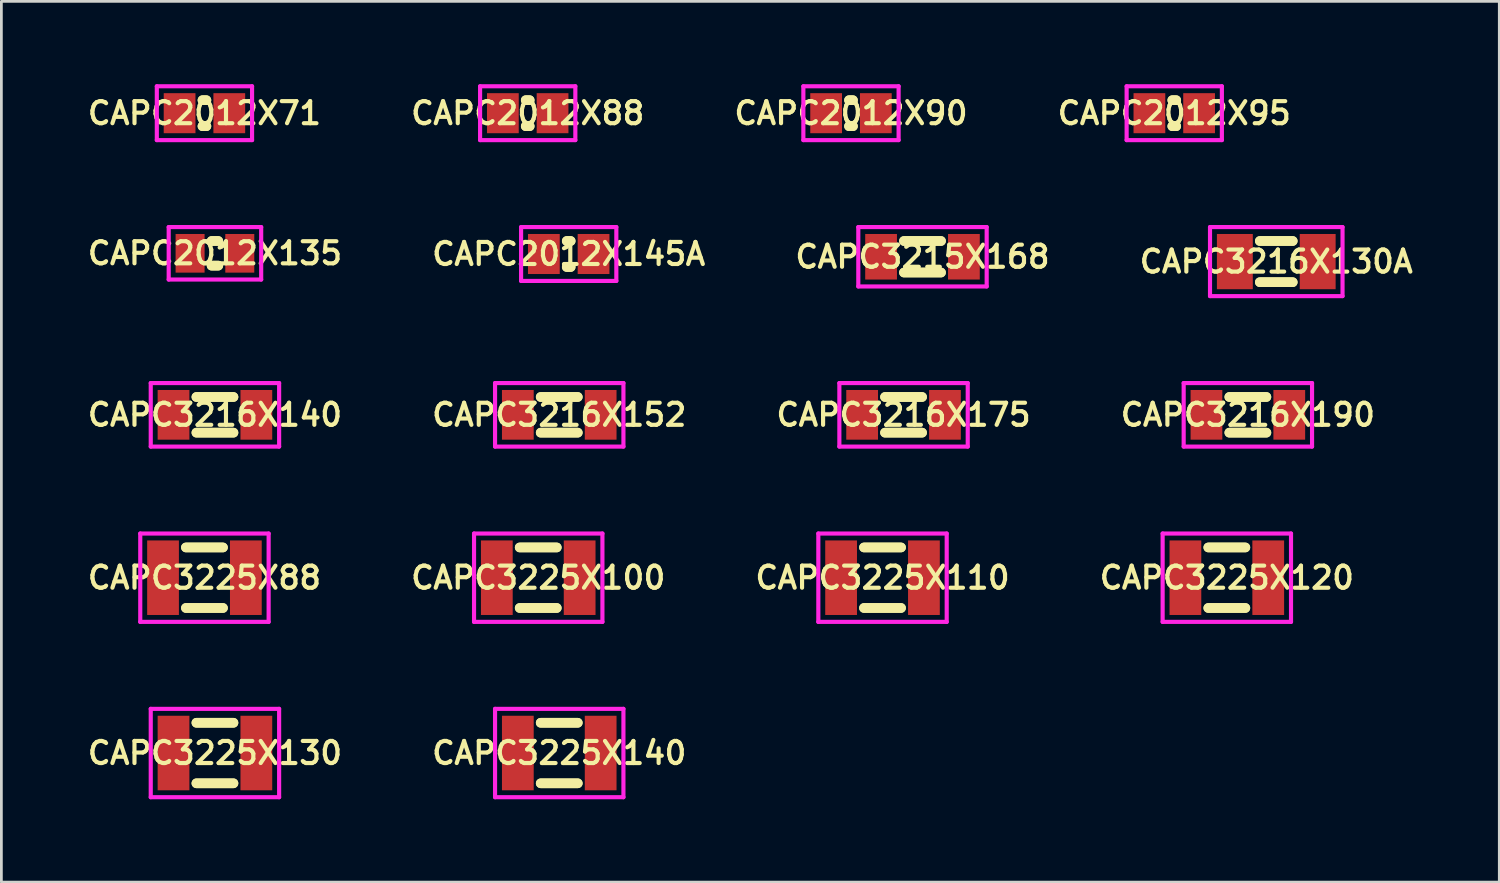
<source format=kicad_pcb>
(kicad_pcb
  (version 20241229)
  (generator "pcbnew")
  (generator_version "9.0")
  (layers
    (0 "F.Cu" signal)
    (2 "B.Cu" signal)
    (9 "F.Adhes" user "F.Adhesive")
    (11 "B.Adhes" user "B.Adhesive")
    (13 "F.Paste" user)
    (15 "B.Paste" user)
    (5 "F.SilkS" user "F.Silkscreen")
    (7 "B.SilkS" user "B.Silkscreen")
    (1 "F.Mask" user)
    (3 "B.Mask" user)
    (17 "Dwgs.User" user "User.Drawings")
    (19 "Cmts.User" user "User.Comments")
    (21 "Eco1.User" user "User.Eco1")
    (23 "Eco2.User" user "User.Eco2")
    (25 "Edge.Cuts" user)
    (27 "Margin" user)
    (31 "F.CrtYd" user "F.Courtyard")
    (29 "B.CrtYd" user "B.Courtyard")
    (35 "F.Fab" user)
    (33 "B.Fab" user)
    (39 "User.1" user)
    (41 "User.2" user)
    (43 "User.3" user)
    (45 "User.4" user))
  (footprint "CAPC3225X100"
    (layer "F.Cu")
    (at 16.445 17.875)
    (property "Reference" "CAPC3225X100" (at 0 0 0) (layer "F.SilkS") (effects (font (size 0.8 0.8) (thickness 0.15))))
    (attr smd)
    (fp_line (start -0.671 -1.096) (end 0.671 -1.096) (stroke (width 0.35) (type solid)) (layer "F.SilkS"))
    (fp_line (start -0.671 1.096) (end 0.671 1.096) (stroke (width 0.35) (type solid)) (layer "F.SilkS"))
    (fp_line (start 0.671 -1.096) (end -0.671 -1.096) (stroke (width 0.35) (type solid)) (layer "F.SilkS"))
    (fp_line (start 0.671 1.096) (end -0.671 1.096) (stroke (width 0.35) (type solid)) (layer "F.SilkS"))
    (fp_line (start -2.325 -1.6) (end 2.325 -1.6) (stroke (width 0.15) (type solid)) (layer "F.CrtYd"))
    (fp_line (start -2.325 1.6) (end -2.325 -1.6) (stroke (width 0.15) (type solid)) (layer "F.CrtYd"))
    (fp_line (start 2.325 -1.6) (end 2.325 1.6) (stroke (width 0.15) (type solid)) (layer "F.CrtYd"))
    (fp_line (start 2.325 1.6) (end -2.325 1.6) (stroke (width 0.15) (type solid)) (layer "F.CrtYd"))
    (pad "1" smd rect (at -1.5 0) (size 1.15 2.7) (layers "F.Cu" "F.Mask" "F.Paste"))
    (pad "2" smd rect (at 1.5 0) (size 1.15 2.7) (layers "F.Cu" "F.Mask" "F.Paste")))
  (footprint "CAPC2012X90"
    (layer "F.Cu")
    (at 27.773 1.05)
    (property "Reference" "CAPC2012X90" (at 0 0 0) (layer "F.SilkS") (effects (font (size 0.8 0.8) (thickness 0.15))))
    (attr smd)
    (fp_line (start -0.071 -0.471) (end 0.071 -0.471) (stroke (width 0.35) (type solid)) (layer "F.SilkS"))
    (fp_line (start -0.071 0.471) (end 0.071 0.471) (stroke (width 0.35) (type solid)) (layer "F.SilkS"))
    (fp_line (start 0.071 -0.471) (end -0.071 -0.471) (stroke (width 0.35) (type solid)) (layer "F.SilkS"))
    (fp_line (start 0.071 0.471) (end -0.071 0.471) (stroke (width 0.35) (type solid)) (layer "F.SilkS"))
    (fp_line (start -1.725 -0.975) (end 1.725 -0.975) (stroke (width 0.15) (type solid)) (layer "F.CrtYd"))
    (fp_line (start -1.725 0.975) (end -1.725 -0.975) (stroke (width 0.15) (type solid)) (layer "F.CrtYd"))
    (fp_line (start 1.725 -0.975) (end 1.725 0.975) (stroke (width 0.15) (type solid)) (layer "F.CrtYd"))
    (fp_line (start 1.725 0.975) (end -1.725 0.975) (stroke (width 0.15) (type solid)) (layer "F.CrtYd"))
    (pad "1" smd rect (at -0.9 0) (size 1.15 1.45) (layers "F.Cu" "F.Mask" "F.Paste"))
    (pad "2" smd rect (at 0.9 0) (size 1.15 1.45) (layers "F.Cu" "F.Mask" "F.Paste")))
  (footprint "CAPC3225X110"
    (layer "F.Cu")
    (at 28.915 17.875)
    (property "Reference" "CAPC3225X110" (at 0 0 0) (layer "F.SilkS") (effects (font (size 0.8 0.8) (thickness 0.15))))
    (attr through_hole)
    (fp_line (start -0.671 -1.096) (end 0.671 -1.096) (stroke (width 0.35) (type solid)) (layer "F.SilkS"))
    (fp_line (start -0.671 1.096) (end 0.671 1.096) (stroke (width 0.35) (type solid)) (layer "F.SilkS"))
    (fp_line (start 0.671 -1.096) (end -0.671 -1.096) (stroke (width 0.35) (type solid)) (layer "F.SilkS"))
    (fp_line (start 0.671 1.096) (end -0.671 1.096) (stroke (width 0.35) (type solid)) (layer "F.SilkS"))
    (fp_line (start -2.325 -1.6) (end 2.325 -1.6) (stroke (width 0.15) (type solid)) (layer "F.CrtYd"))
    (fp_line (start -2.325 1.6) (end -2.325 -1.6) (stroke (width 0.15) (type solid)) (layer "F.CrtYd"))
    (fp_line (start 2.325 -1.6) (end 2.325 1.6) (stroke (width 0.15) (type solid)) (layer "F.CrtYd"))
    (fp_line (start 2.325 1.6) (end -2.325 1.6) (stroke (width 0.15) (type solid)) (layer "F.CrtYd"))
    (pad "1" smd rect (at -1.5 0) (size 1.15 2.7) (layers "F.Cu" "F.Mask" "F.Paste"))
    (pad "2" smd rect (at 1.5 0) (size 1.15 2.7) (layers "F.Cu" "F.Mask" "F.Paste")))
  (footprint "CAPC3216X140"
    (layer "F.Cu")
    (at 4.735 11.975)
    (property "Reference" "CAPC3216X140" (at 0 0 0) (layer "F.SilkS") (effects (font (size 0.8 0.8) (thickness 0.15))))
    (attr through_hole)
    (fp_line (start -0.671 -0.646) (end 0.671 -0.646) (stroke (width 0.35) (type solid)) (layer "F.SilkS"))
    (fp_line (start -0.671 0.646) (end 0.671 0.646) (stroke (width 0.35) (type solid)) (layer "F.SilkS"))
    (fp_line (start 0.671 -0.646) (end -0.671 -0.646) (stroke (width 0.35) (type solid)) (layer "F.SilkS"))
    (fp_line (start 0.671 0.646) (end -0.671 0.646) (stroke (width 0.35) (type solid)) (layer "F.SilkS"))
    (fp_line (start -2.325 -1.15) (end 2.325 -1.15) (stroke (width 0.15) (type solid)) (layer "F.CrtYd"))
    (fp_line (start -2.325 1.15) (end -2.325 -1.15) (stroke (width 0.15) (type solid)) (layer "F.CrtYd"))
    (fp_line (start 2.325 -1.15) (end 2.325 1.15) (stroke (width 0.15) (type solid)) (layer "F.CrtYd"))
    (fp_line (start 2.325 1.15) (end -2.325 1.15) (stroke (width 0.15) (type solid)) (layer "F.CrtYd"))
    (pad "1" smd rect (at -1.5 0) (size 1.15 1.8) (layers "F.Cu" "F.Mask" "F.Paste"))
    (pad "2" smd rect (at 1.5 0) (size 1.15 1.8) (layers "F.Cu" "F.Mask" "F.Paste")))
  (footprint "CAPC2012X95"
    (layer "F.Cu")
    (at 39.482 1.05)
    (property "Reference" "CAPC2012X95" (at 0 0 0) (layer "F.SilkS") (effects (font (size 0.8 0.8) (thickness 0.15))))
    (attr smd)
    (fp_line (start -0.071 -0.471) (end 0.071 -0.471) (stroke (width 0.35) (type solid)) (layer "F.SilkS"))
    (fp_line (start -0.071 0.471) (end 0.071 0.471) (stroke (width 0.35) (type solid)) (layer "F.SilkS"))
    (fp_line (start 0.071 -0.471) (end -0.071 -0.471) (stroke (width 0.35) (type solid)) (layer "F.SilkS"))
    (fp_line (start 0.071 0.471) (end -0.071 0.471) (stroke (width 0.35) (type solid)) (layer "F.SilkS"))
    (fp_line (start -1.725 -0.975) (end 1.725 -0.975) (stroke (width 0.15) (type solid)) (layer "F.CrtYd"))
    (fp_line (start -1.725 0.975) (end -1.725 -0.975) (stroke (width 0.15) (type solid)) (layer "F.CrtYd"))
    (fp_line (start 1.725 -0.975) (end 1.725 0.975) (stroke (width 0.15) (type solid)) (layer "F.CrtYd"))
    (fp_line (start 1.725 0.975) (end -1.725 0.975) (stroke (width 0.15) (type solid)) (layer "F.CrtYd"))
    (pad "1" smd rect (at -0.9 0) (size 1.15 1.45) (layers "F.Cu" "F.Mask" "F.Paste"))
    (pad "2" smd rect (at 0.9 0) (size 1.15 1.45) (layers "F.Cu" "F.Mask" "F.Paste")))
  (footprint "CAPC3216X175"
    (layer "F.Cu")
    (at 29.677 11.975)
    (property "Reference" "CAPC3216X175" (at 0 0 0) (layer "F.SilkS") (effects (font (size 0.8 0.8) (thickness 0.15))))
    (attr smd)
    (fp_line (start -0.671 -0.646) (end 0.671 -0.646) (stroke (width 0.35) (type solid)) (layer "F.SilkS"))
    (fp_line (start -0.671 0.646) (end 0.671 0.646) (stroke (width 0.35) (type solid)) (layer "F.SilkS"))
    (fp_line (start 0.671 -0.646) (end -0.671 -0.646) (stroke (width 0.35) (type solid)) (layer "F.SilkS"))
    (fp_line (start 0.671 0.646) (end -0.671 0.646) (stroke (width 0.35) (type solid)) (layer "F.SilkS"))
    (fp_line (start -2.325 -1.15) (end 2.325 -1.15) (stroke (width 0.15) (type solid)) (layer "F.CrtYd"))
    (fp_line (start -2.325 1.15) (end -2.325 -1.15) (stroke (width 0.15) (type solid)) (layer "F.CrtYd"))
    (fp_line (start 2.325 -1.15) (end 2.325 1.15) (stroke (width 0.15) (type solid)) (layer "F.CrtYd"))
    (fp_line (start 2.325 1.15) (end -2.325 1.15) (stroke (width 0.15) (type solid)) (layer "F.CrtYd"))
    (pad "1" smd rect (at -1.5 0) (size 1.15 1.8) (layers "F.Cu" "F.Mask" "F.Paste"))
    (pad "2" smd rect (at 1.5 0) (size 1.15 1.8) (layers "F.Cu" "F.Mask" "F.Paste")))
  (footprint "CAPC2012X88"
    (layer "F.Cu")
    (at 16.064 1.05)
    (property "Reference" "CAPC2012X88" (at 0 0 0) (layer "F.SilkS") (effects (font (size 0.8 0.8) (thickness 0.15))))
    (attr smd)
    (fp_line (start -0.071 -0.471) (end 0.071 -0.471) (stroke (width 0.35) (type solid)) (layer "F.SilkS"))
    (fp_line (start -0.071 0.471) (end 0.071 0.471) (stroke (width 0.35) (type solid)) (layer "F.SilkS"))
    (fp_line (start 0.071 -0.471) (end -0.071 -0.471) (stroke (width 0.35) (type solid)) (layer "F.SilkS"))
    (fp_line (start 0.071 0.471) (end -0.071 0.471) (stroke (width 0.35) (type solid)) (layer "F.SilkS"))
    (fp_line (start -1.725 -0.975) (end 1.725 -0.975) (stroke (width 0.15) (type solid)) (layer "F.CrtYd"))
    (fp_line (start -1.725 0.975) (end -1.725 -0.975) (stroke (width 0.15) (type solid)) (layer "F.CrtYd"))
    (fp_line (start 1.725 -0.975) (end 1.725 0.975) (stroke (width 0.15) (type solid)) (layer "F.CrtYd"))
    (fp_line (start 1.725 0.975) (end -1.725 0.975) (stroke (width 0.15) (type solid)) (layer "F.CrtYd"))
    (pad "1" smd rect (at -0.9 0) (size 1.15 1.45) (layers "F.Cu" "F.Mask" "F.Paste"))
    (pad "2" smd rect (at 0.9 0) (size 1.15 1.45) (layers "F.Cu" "F.Mask" "F.Paste")))
  (footprint "CAPC3225X130"
    (layer "F.Cu")
    (at 4.735 24.225)
    (property "Reference" "CAPC3225X130" (at 0 0 0) (layer "F.SilkS") (effects (font (size 0.8 0.8) (thickness 0.15))))
    (attr smd)
    (fp_line (start -0.671 -1.096) (end 0.671 -1.096) (stroke (width 0.35) (type solid)) (layer "F.SilkS"))
    (fp_line (start -0.671 1.096) (end 0.671 1.096) (stroke (width 0.35) (type solid)) (layer "F.SilkS"))
    (fp_line (start 0.671 -1.096) (end -0.671 -1.096) (stroke (width 0.35) (type solid)) (layer "F.SilkS"))
    (fp_line (start 0.671 1.096) (end -0.671 1.096) (stroke (width 0.35) (type solid)) (layer "F.SilkS"))
    (fp_line (start -2.325 -1.6) (end 2.325 -1.6) (stroke (width 0.15) (type solid)) (layer "F.CrtYd"))
    (fp_line (start -2.325 1.6) (end -2.325 -1.6) (stroke (width 0.15) (type solid)) (layer "F.CrtYd"))
    (fp_line (start 2.325 -1.6) (end 2.325 1.6) (stroke (width 0.15) (type solid)) (layer "F.CrtYd"))
    (fp_line (start 2.325 1.6) (end -2.325 1.6) (stroke (width 0.15) (type solid)) (layer "F.CrtYd"))
    (pad "1" smd rect (at -1.5 0) (size 1.15 2.7) (layers "F.Cu" "F.Mask" "F.Paste"))
    (pad "2" smd rect (at 1.5 0) (size 1.15 2.7) (layers "F.Cu" "F.Mask" "F.Paste")))
  (footprint "CAPC2012X135"
    (layer "F.Cu")
    (at 4.735 6.125)
    (property "Reference" "CAPC2012X135" (at 0 0 0) (layer "F.SilkS") (effects (font (size 0.8 0.8) (thickness 0.15))))
    (attr smd)
    (fp_line (start -0.121 -0.446) (end 0.121 -0.446) (stroke (width 0.35) (type solid)) (layer "F.SilkS"))
    (fp_line (start -0.121 0.446) (end 0.121 0.446) (stroke (width 0.35) (type solid)) (layer "F.SilkS"))
    (fp_line (start 0.121 -0.446) (end -0.121 -0.446) (stroke (width 0.35) (type solid)) (layer "F.SilkS"))
    (fp_line (start 0.121 0.446) (end -0.121 0.446) (stroke (width 0.35) (type solid)) (layer "F.SilkS"))
    (fp_line (start -1.675 -0.95) (end 1.675 -0.95) (stroke (width 0.15) (type solid)) (layer "F.CrtYd"))
    (fp_line (start -1.675 0.95) (end -1.675 -0.95) (stroke (width 0.15) (type solid)) (layer "F.CrtYd"))
    (fp_line (start 1.675 -0.95) (end 1.675 0.95) (stroke (width 0.15) (type solid)) (layer "F.CrtYd"))
    (fp_line (start 1.675 0.95) (end -1.675 0.95) (stroke (width 0.15) (type solid)) (layer "F.CrtYd"))
    (pad "1" smd rect (at -0.9 0) (size 1.05 1.4) (layers "F.Cu" "F.Mask" "F.Paste"))
    (pad "2" smd rect (at 0.9 0) (size 1.05 1.4) (layers "F.Cu" "F.Mask" "F.Paste")))
  (footprint "CAPC3216X130A"
    (layer "F.Cu")
    (at 43.177 6.425)
    (property "Reference" "CAPC3216X130A" (at 0 0 0) (layer "F.SilkS") (effects (font (size 0.8 0.8) (thickness 0.15))))
    (attr smd)
    (fp_line (start -0.596 -0.746) (end 0.596 -0.746) (stroke (width 0.35) (type solid)) (layer "F.SilkS"))
    (fp_line (start -0.596 0.746) (end 0.596 0.746) (stroke (width 0.35) (type solid)) (layer "F.SilkS"))
    (fp_line (start 0.596 -0.746) (end -0.596 -0.746) (stroke (width 0.35) (type solid)) (layer "F.SilkS"))
    (fp_line (start 0.596 0.746) (end -0.596 0.746) (stroke (width 0.35) (type solid)) (layer "F.SilkS"))
    (fp_line (start -2.4 -1.25) (end 2.4 -1.25) (stroke (width 0.15) (type solid)) (layer "F.CrtYd"))
    (fp_line (start -2.4 1.25) (end -2.4 -1.25) (stroke (width 0.15) (type solid)) (layer "F.CrtYd"))
    (fp_line (start 2.4 -1.25) (end 2.4 1.25) (stroke (width 0.15) (type solid)) (layer "F.CrtYd"))
    (fp_line (start 2.4 1.25) (end -2.4 1.25) (stroke (width 0.15) (type solid)) (layer "F.CrtYd"))
    (pad "1" smd rect (at -1.5 0) (size 1.3 2) (layers "F.Cu" "F.Mask" "F.Paste"))
    (pad "2" smd rect (at 1.5 0) (size 1.3 2) (layers "F.Cu" "F.Mask" "F.Paste")))
  (footprint "CAPC3225X88"
    (layer "F.Cu")
    (at 4.355 17.875)
    (property "Reference" "CAPC3225X88" (at 0 0 0) (layer "F.SilkS") (effects (font (size 0.8 0.8) (thickness 0.15))))
    (attr through_hole)
    (fp_line (start -0.671 -1.096) (end 0.671 -1.096) (stroke (width 0.35) (type solid)) (layer "F.SilkS"))
    (fp_line (start -0.671 1.096) (end 0.671 1.096) (stroke (width 0.35) (type solid)) (layer "F.SilkS"))
    (fp_line (start 0.671 -1.096) (end -0.671 -1.096) (stroke (width 0.35) (type solid)) (layer "F.SilkS"))
    (fp_line (start 0.671 1.096) (end -0.671 1.096) (stroke (width 0.35) (type solid)) (layer "F.SilkS"))
    (fp_line (start -2.325 -1.6) (end 2.325 -1.6) (stroke (width 0.15) (type solid)) (layer "F.CrtYd"))
    (fp_line (start -2.325 1.6) (end -2.325 -1.6) (stroke (width 0.15) (type solid)) (layer "F.CrtYd"))
    (fp_line (start 2.325 -1.6) (end 2.325 1.6) (stroke (width 0.15) (type solid)) (layer "F.CrtYd"))
    (fp_line (start 2.325 1.6) (end -2.325 1.6) (stroke (width 0.15) (type solid)) (layer "F.CrtYd"))
    (pad "1" smd rect (at -1.5 0) (size 1.15 2.7) (layers "F.Cu" "F.Mask" "F.Paste"))
    (pad "2" smd rect (at 1.5 0) (size 1.15 2.7) (layers "F.Cu" "F.Mask" "F.Paste")))
  (footprint "CAPC3225X120"
    (layer "F.Cu")
    (at 41.386 17.875)
    (property "Reference" "CAPC3225X120" (at 0 0 0) (layer "F.SilkS") (effects (font (size 0.8 0.8) (thickness 0.15))))
    (attr through_hole)
    (fp_line (start -0.671 -1.096) (end 0.671 -1.096) (stroke (width 0.35) (type solid)) (layer "F.SilkS"))
    (fp_line (start -0.671 1.096) (end 0.671 1.096) (stroke (width 0.35) (type solid)) (layer "F.SilkS"))
    (fp_line (start 0.671 -1.096) (end -0.671 -1.096) (stroke (width 0.35) (type solid)) (layer "F.SilkS"))
    (fp_line (start 0.671 1.096) (end -0.671 1.096) (stroke (width 0.35) (type solid)) (layer "F.SilkS"))
    (fp_line (start -2.325 -1.6) (end 2.325 -1.6) (stroke (width 0.15) (type solid)) (layer "F.CrtYd"))
    (fp_line (start -2.325 1.6) (end -2.325 -1.6) (stroke (width 0.15) (type solid)) (layer "F.CrtYd"))
    (fp_line (start 2.325 -1.6) (end 2.325 1.6) (stroke (width 0.15) (type solid)) (layer "F.CrtYd"))
    (fp_line (start 2.325 1.6) (end -2.325 1.6) (stroke (width 0.15) (type solid)) (layer "F.CrtYd"))
    (pad "1" smd rect (at -1.5 0) (size 1.15 2.7) (layers "F.Cu" "F.Mask" "F.Paste"))
    (pad "2" smd rect (at 1.5 0) (size 1.15 2.7) (layers "F.Cu" "F.Mask" "F.Paste")))
  (footprint "CAPC2012X71"
    (layer "F.Cu")
    (at 4.355 1.05)
    (property "Reference" "CAPC2012X71" (at 0 0 0) (layer "F.SilkS") (effects (font (size 0.8 0.8) (thickness 0.15))))
    (attr smd)
    (fp_line (start -0.071 -0.471) (end 0.071 -0.471) (stroke (width 0.35) (type solid)) (layer "F.SilkS"))
    (fp_line (start -0.071 0.471) (end 0.071 0.471) (stroke (width 0.35) (type solid)) (layer "F.SilkS"))
    (fp_line (start 0.071 -0.471) (end -0.071 -0.471) (stroke (width 0.35) (type solid)) (layer "F.SilkS"))
    (fp_line (start 0.071 0.471) (end -0.071 0.471) (stroke (width 0.35) (type solid)) (layer "F.SilkS"))
    (fp_line (start -1.725 -0.975) (end 1.725 -0.975) (stroke (width 0.15) (type solid)) (layer "F.CrtYd"))
    (fp_line (start -1.725 0.975) (end -1.725 -0.975) (stroke (width 0.15) (type solid)) (layer "F.CrtYd"))
    (fp_line (start 1.725 -0.975) (end 1.725 0.975) (stroke (width 0.15) (type solid)) (layer "F.CrtYd"))
    (fp_line (start 1.725 0.975) (end -1.725 0.975) (stroke (width 0.15) (type solid)) (layer "F.CrtYd"))
    (pad "1" smd rect (at -0.9 0) (size 1.15 1.45) (layers "F.Cu" "F.Mask" "F.Paste"))
    (pad "2" smd rect (at 0.9 0) (size 1.15 1.45) (layers "F.Cu" "F.Mask" "F.Paste")))
  (footprint "CAPC3215X168"
    (layer "F.Cu")
    (at 30.363 6.25)
    (property "Reference" "CAPC3215X168" (at 0 0 0) (layer "F.SilkS") (effects (font (size 0.8 0.8) (thickness 0.15))))
    (attr through_hole)
    (fp_line (start -0.671 -0.571) (end 0.671 -0.571) (stroke (width 0.35) (type solid)) (layer "F.SilkS"))
    (fp_line (start -0.671 0.571) (end 0.671 0.571) (stroke (width 0.35) (type solid)) (layer "F.SilkS"))
    (fp_line (start 0.671 -0.571) (end -0.671 -0.571) (stroke (width 0.35) (type solid)) (layer "F.SilkS"))
    (fp_line (start 0.671 0.571) (end -0.671 0.571) (stroke (width 0.35) (type solid)) (layer "F.SilkS"))
    (fp_line (start -2.325 -1.075) (end 2.325 -1.075) (stroke (width 0.15) (type solid)) (layer "F.CrtYd"))
    (fp_line (start -2.325 1.075) (end -2.325 -1.075) (stroke (width 0.15) (type solid)) (layer "F.CrtYd"))
    (fp_line (start 2.325 -1.075) (end 2.325 1.075) (stroke (width 0.15) (type solid)) (layer "F.CrtYd"))
    (fp_line (start 2.325 1.075) (end -2.325 1.075) (stroke (width 0.15) (type solid)) (layer "F.CrtYd"))
    (pad "1" smd rect (at -1.5 0) (size 1.15 1.65) (layers "F.Cu" "F.Mask" "F.Paste"))
    (pad "2" smd rect (at 1.5 0) (size 1.15 1.65) (layers "F.Cu" "F.Mask" "F.Paste")))
  (footprint "CAPC3216X190"
    (layer "F.Cu")
    (at 42.148 11.975)
    (property "Reference" "CAPC3216X190" (at 0 0 0) (layer "F.SilkS") (effects (font (size 0.8 0.8) (thickness 0.15))))
    (attr through_hole)
    (fp_line (start -0.671 -0.646) (end 0.671 -0.646) (stroke (width 0.35) (type solid)) (layer "F.SilkS"))
    (fp_line (start -0.671 0.646) (end 0.671 0.646) (stroke (width 0.35) (type solid)) (layer "F.SilkS"))
    (fp_line (start 0.671 -0.646) (end -0.671 -0.646) (stroke (width 0.35) (type solid)) (layer "F.SilkS"))
    (fp_line (start 0.671 0.646) (end -0.671 0.646) (stroke (width 0.35) (type solid)) (layer "F.SilkS"))
    (fp_line (start -2.325 -1.15) (end 2.325 -1.15) (stroke (width 0.15) (type solid)) (layer "F.CrtYd"))
    (fp_line (start -2.325 1.15) (end -2.325 -1.15) (stroke (width 0.15) (type solid)) (layer "F.CrtYd"))
    (fp_line (start 2.325 -1.15) (end 2.325 1.15) (stroke (width 0.15) (type solid)) (layer "F.CrtYd"))
    (fp_line (start 2.325 1.15) (end -2.325 1.15) (stroke (width 0.15) (type solid)) (layer "F.CrtYd"))
    (pad "1" smd rect (at -1.5 0) (size 1.15 1.8) (layers "F.Cu" "F.Mask" "F.Paste"))
    (pad "2" smd rect (at 1.5 0) (size 1.15 1.8) (layers "F.Cu" "F.Mask" "F.Paste")))
  (footprint "CAPC3225X140"
    (layer "F.Cu")
    (at 17.206 24.225)
    (property "Reference" "CAPC3225X140" (at 0 0 0) (layer "F.SilkS") (effects (font (size 0.8 0.8) (thickness 0.15))))
    (attr smd)
    (fp_line (start -0.671 -1.096) (end 0.671 -1.096) (stroke (width 0.35) (type solid)) (layer "F.SilkS"))
    (fp_line (start -0.671 1.096) (end 0.671 1.096) (stroke (width 0.35) (type solid)) (layer "F.SilkS"))
    (fp_line (start 0.671 -1.096) (end -0.671 -1.096) (stroke (width 0.35) (type solid)) (layer "F.SilkS"))
    (fp_line (start 0.671 1.096) (end -0.671 1.096) (stroke (width 0.35) (type solid)) (layer "F.SilkS"))
    (fp_line (start -2.325 -1.6) (end 2.325 -1.6) (stroke (width 0.15) (type solid)) (layer "F.CrtYd"))
    (fp_line (start -2.325 1.6) (end -2.325 -1.6) (stroke (width 0.15) (type solid)) (layer "F.CrtYd"))
    (fp_line (start 2.325 -1.6) (end 2.325 1.6) (stroke (width 0.15) (type solid)) (layer "F.CrtYd"))
    (fp_line (start 2.325 1.6) (end -2.325 1.6) (stroke (width 0.15) (type solid)) (layer "F.CrtYd"))
    (pad "1" smd rect (at -1.5 0) (size 1.15 2.7) (layers "F.Cu" "F.Mask" "F.Paste"))
    (pad "2" smd rect (at 1.5 0) (size 1.15 2.7) (layers "F.Cu" "F.Mask" "F.Paste")))
  (footprint "CAPC2012X145A"
    (layer "F.Cu")
    (at 17.549 6.15)
    (property "Reference" "CAPC2012X145A" (at 0 0 0) (layer "F.SilkS") (effects (font (size 0.8 0.8) (thickness 0.15))))
    (attr smd)
    (fp_line (start -0.071 -0.471) (end 0.071 -0.471) (stroke (width 0.35) (type solid)) (layer "F.SilkS"))
    (fp_line (start -0.071 0.471) (end 0.071 0.471) (stroke (width 0.35) (type solid)) (layer "F.SilkS"))
    (fp_line (start 0.071 -0.471) (end -0.071 -0.471) (stroke (width 0.35) (type solid)) (layer "F.SilkS"))
    (fp_line (start 0.071 0.471) (end -0.071 0.471) (stroke (width 0.35) (type solid)) (layer "F.SilkS"))
    (fp_line (start -1.725 -0.975) (end 1.725 -0.975) (stroke (width 0.15) (type solid)) (layer "F.CrtYd"))
    (fp_line (start -1.725 0.975) (end -1.725 -0.975) (stroke (width 0.15) (type solid)) (layer "F.CrtYd"))
    (fp_line (start 1.725 -0.975) (end 1.725 0.975) (stroke (width 0.15) (type solid)) (layer "F.CrtYd"))
    (fp_line (start 1.725 0.975) (end -1.725 0.975) (stroke (width 0.15) (type solid)) (layer "F.CrtYd"))
    (pad "1" smd rect (at -0.9 0) (size 1.15 1.45) (layers "F.Cu" "F.Mask" "F.Paste"))
    (pad "2" smd rect (at 0.9 0) (size 1.15 1.45) (layers "F.Cu" "F.Mask" "F.Paste")))
  (footprint "CAPC3216X152"
    (layer "F.Cu")
    (at 17.206 11.975)
    (property "Reference" "CAPC3216X152" (at 0 0 0) (layer "F.SilkS") (effects (font (size 0.8 0.8) (thickness 0.15))))
    (attr smd)
    (fp_line (start -0.671 -0.646) (end 0.671 -0.646) (stroke (width 0.35) (type solid)) (layer "F.SilkS"))
    (fp_line (start -0.671 0.646) (end 0.671 0.646) (stroke (width 0.35) (type solid)) (layer "F.SilkS"))
    (fp_line (start 0.671 -0.646) (end -0.671 -0.646) (stroke (width 0.35) (type solid)) (layer "F.SilkS"))
    (fp_line (start 0.671 0.646) (end -0.671 0.646) (stroke (width 0.35) (type solid)) (layer "F.SilkS"))
    (fp_line (start -2.325 -1.15) (end 2.325 -1.15) (stroke (width 0.15) (type solid)) (layer "F.CrtYd"))
    (fp_line (start -2.325 1.15) (end -2.325 -1.15) (stroke (width 0.15) (type solid)) (layer "F.CrtYd"))
    (fp_line (start 2.325 -1.15) (end 2.325 1.15) (stroke (width 0.15) (type solid)) (layer "F.CrtYd"))
    (fp_line (start 2.325 1.15) (end -2.325 1.15) (stroke (width 0.15) (type solid)) (layer "F.CrtYd"))
    (pad "1" smd rect (at -1.5 0) (size 1.15 1.8) (layers "F.Cu" "F.Mask" "F.Paste"))
    (pad "2" smd rect (at 1.5 0) (size 1.15 1.8) (layers "F.Cu" "F.Mask" "F.Paste")))
  (gr_rect
    (start -3 -3)
    (end 51.255 28.9)
    (stroke (width 0.1) (type default))
    (fill no)
    (layer "Edge.Cuts")))
</source>
